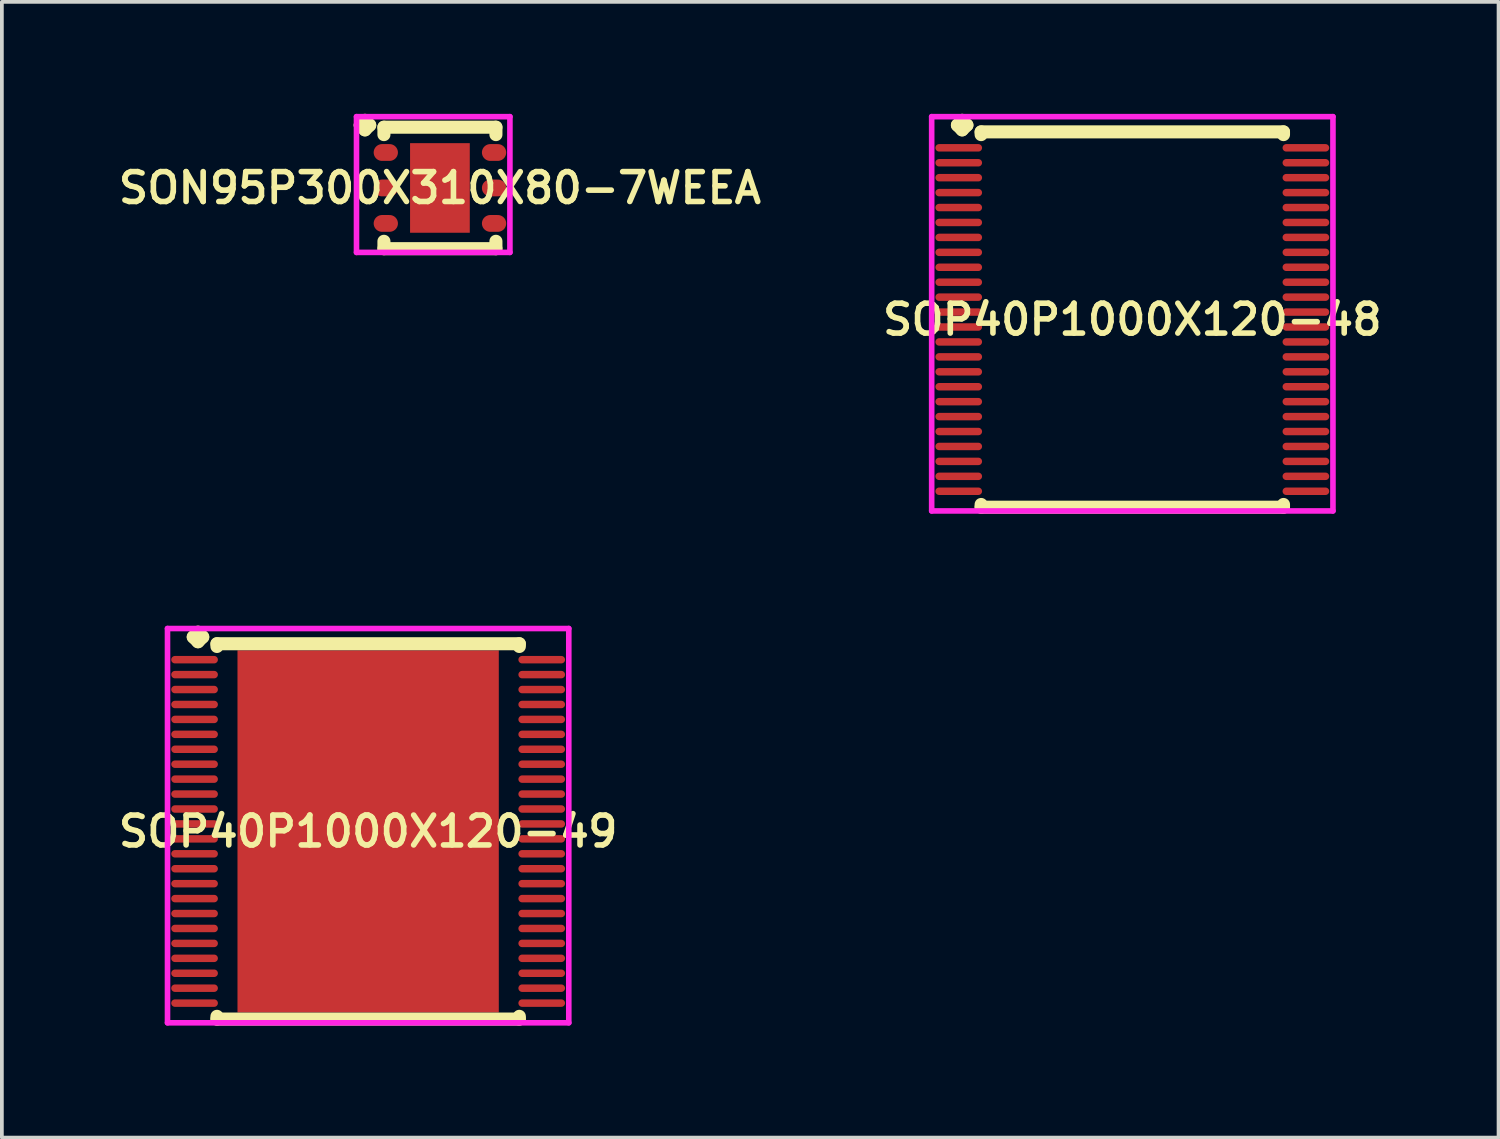
<source format=kicad_pcb>
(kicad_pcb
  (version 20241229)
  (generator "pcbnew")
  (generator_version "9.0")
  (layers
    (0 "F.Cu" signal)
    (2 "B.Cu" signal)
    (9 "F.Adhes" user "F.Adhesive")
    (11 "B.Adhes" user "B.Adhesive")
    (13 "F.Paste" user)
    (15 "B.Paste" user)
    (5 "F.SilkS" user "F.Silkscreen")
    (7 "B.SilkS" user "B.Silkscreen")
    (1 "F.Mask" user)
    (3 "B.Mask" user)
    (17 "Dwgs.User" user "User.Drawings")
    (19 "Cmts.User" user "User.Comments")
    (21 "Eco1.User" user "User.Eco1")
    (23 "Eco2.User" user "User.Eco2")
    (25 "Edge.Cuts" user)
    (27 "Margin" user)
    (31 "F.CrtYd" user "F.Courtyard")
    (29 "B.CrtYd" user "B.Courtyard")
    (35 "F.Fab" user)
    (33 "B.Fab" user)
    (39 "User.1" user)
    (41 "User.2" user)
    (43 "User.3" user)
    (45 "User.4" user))
  (footprint "SOP40P1000X120-49"
    (layer "F.Cu")
    (at 6.812 19.222)
    (property "Reference" "SOP40P1000X120-49" (at 0 0 0) (layer "F.SilkS") (effects (font (size 0.8 0.8) (thickness 0.15))))
    (attr smd)
    (fp_line (start -4.685 -5.208) (end -4.558 -5.335) (stroke (width 0.35) (type solid)) (layer "F.SilkS"))
    (fp_line (start -4.558 -5.335) (end -4.431 -5.208) (stroke (width 0.35) (type solid)) (layer "F.SilkS"))
    (fp_line (start -4.558 -5.081) (end -4.685 -5.208) (stroke (width 0.35) (type solid)) (layer "F.SilkS"))
    (fp_line (start -4.431 -5.208) (end -4.558 -5.081) (stroke (width 0.35) (type solid)) (layer "F.SilkS"))
    (fp_line (start -4.05 -5.027) (end 4.05 -5.027) (stroke (width 0.35) (type solid)) (layer "F.SilkS"))
    (fp_line (start -4.05 -4.954) (end -4.05 -5.027) (stroke (width 0.35) (type solid)) (layer "F.SilkS"))
    (fp_line (start -4.05 4.954) (end -4.05 5.027) (stroke (width 0.35) (type solid)) (layer "F.SilkS"))
    (fp_line (start -4.05 5.027) (end 4.05 5.027) (stroke (width 0.35) (type solid)) (layer "F.SilkS"))
    (fp_line (start 4.05 -5.027) (end 4.05 -4.954) (stroke (width 0.35) (type solid)) (layer "F.SilkS"))
    (fp_line (start 4.05 5.027) (end 4.05 4.954) (stroke (width 0.35) (type solid)) (layer "F.SilkS"))
    (fp_line (start -5.375 -5.435) (end 5.375 -5.435) (stroke (width 0.15) (type solid)) (layer "F.CrtYd"))
    (fp_line (start -5.375 5.127) (end -5.375 -5.435) (stroke (width 0.15) (type solid)) (layer "F.CrtYd"))
    (fp_line (start 5.375 -5.435) (end 5.375 5.127) (stroke (width 0.15) (type solid)) (layer "F.CrtYd"))
    (fp_line (start 5.375 5.127) (end -5.375 5.127) (stroke (width 0.15) (type solid)) (layer "F.CrtYd"))
    (pad "1" smd oval (at -4.65 -4.6) (size 1.25 0.2) (layers "F.Cu" "F.Mask" "F.Paste"))
    (pad "2" smd oval (at -4.65 -4.2) (size 1.25 0.2) (layers "F.Cu" "F.Mask" "F.Paste"))
    (pad "3" smd oval (at -4.65 -3.8) (size 1.25 0.2) (layers "F.Cu" "F.Mask" "F.Paste"))
    (pad "4" smd oval (at -4.65 -3.4) (size 1.25 0.2) (layers "F.Cu" "F.Mask" "F.Paste"))
    (pad "5" smd oval (at -4.65 -3) (size 1.25 0.2) (layers "F.Cu" "F.Mask" "F.Paste"))
    (pad "6" smd oval (at -4.65 -2.6) (size 1.25 0.2) (layers "F.Cu" "F.Mask" "F.Paste"))
    (pad "7" smd oval (at -4.65 -2.2) (size 1.25 0.2) (layers "F.Cu" "F.Mask" "F.Paste"))
    (pad "8" smd oval (at -4.65 -1.8) (size 1.25 0.2) (layers "F.Cu" "F.Mask" "F.Paste"))
    (pad "9" smd oval (at -4.65 -1.4) (size 1.25 0.2) (layers "F.Cu" "F.Mask" "F.Paste"))
    (pad "10" smd oval (at -4.65 -1) (size 1.25 0.2) (layers "F.Cu" "F.Mask" "F.Paste"))
    (pad "11" smd oval (at -4.65 -0.6) (size 1.25 0.2) (layers "F.Cu" "F.Mask" "F.Paste"))
    (pad "12" smd oval (at -4.65 -0.2) (size 1.25 0.2) (layers "F.Cu" "F.Mask" "F.Paste"))
    (pad "13" smd oval (at -4.65 0.2) (size 1.25 0.2) (layers "F.Cu" "F.Mask" "F.Paste"))
    (pad "14" smd oval (at -4.65 0.6) (size 1.25 0.2) (layers "F.Cu" "F.Mask" "F.Paste"))
    (pad "15" smd oval (at -4.65 1) (size 1.25 0.2) (layers "F.Cu" "F.Mask" "F.Paste"))
    (pad "16" smd oval (at -4.65 1.4) (size 1.25 0.2) (layers "F.Cu" "F.Mask" "F.Paste"))
    (pad "17" smd oval (at -4.65 1.8) (size 1.25 0.2) (layers "F.Cu" "F.Mask" "F.Paste"))
    (pad "18" smd oval (at -4.65 2.2) (size 1.25 0.2) (layers "F.Cu" "F.Mask" "F.Paste"))
    (pad "19" smd oval (at -4.65 2.6) (size 1.25 0.2) (layers "F.Cu" "F.Mask" "F.Paste"))
    (pad "20" smd oval (at -4.65 3) (size 1.25 0.2) (layers "F.Cu" "F.Mask" "F.Paste"))
    (pad "21" smd oval (at -4.65 3.4) (size 1.25 0.2) (layers "F.Cu" "F.Mask" "F.Paste"))
    (pad "22" smd oval (at -4.65 3.8) (size 1.25 0.2) (layers "F.Cu" "F.Mask" "F.Paste"))
    (pad "23" smd oval (at -4.65 4.2) (size 1.25 0.2) (layers "F.Cu" "F.Mask" "F.Paste"))
    (pad "24" smd oval (at -4.65 4.6) (size 1.25 0.2) (layers "F.Cu" "F.Mask" "F.Paste"))
    (pad "25" smd oval (at 4.65 4.6) (size 1.25 0.2) (layers "F.Cu" "F.Mask" "F.Paste"))
    (pad "26" smd oval (at 4.65 4.2) (size 1.25 0.2) (layers "F.Cu" "F.Mask" "F.Paste"))
    (pad "27" smd oval (at 4.65 3.8) (size 1.25 0.2) (layers "F.Cu" "F.Mask" "F.Paste"))
    (pad "28" smd oval (at 4.65 3.4) (size 1.25 0.2) (layers "F.Cu" "F.Mask" "F.Paste"))
    (pad "29" smd oval (at 4.65 3) (size 1.25 0.2) (layers "F.Cu" "F.Mask" "F.Paste"))
    (pad "30" smd oval (at 4.65 2.6) (size 1.25 0.2) (layers "F.Cu" "F.Mask" "F.Paste"))
    (pad "31" smd oval (at 4.65 2.2) (size 1.25 0.2) (layers "F.Cu" "F.Mask" "F.Paste"))
    (pad "32" smd oval (at 4.65 1.8) (size 1.25 0.2) (layers "F.Cu" "F.Mask" "F.Paste"))
    (pad "33" smd oval (at 4.65 1.4) (size 1.25 0.2) (layers "F.Cu" "F.Mask" "F.Paste"))
    (pad "34" smd oval (at 4.65 1) (size 1.25 0.2) (layers "F.Cu" "F.Mask" "F.Paste"))
    (pad "35" smd oval (at 4.65 0.6) (size 1.25 0.2) (layers "F.Cu" "F.Mask" "F.Paste"))
    (pad "36" smd oval (at 4.65 0.2) (size 1.25 0.2) (layers "F.Cu" "F.Mask" "F.Paste"))
    (pad "37" smd oval (at 4.65 -0.2) (size 1.25 0.2) (layers "F.Cu" "F.Mask" "F.Paste"))
    (pad "38" smd oval (at 4.65 -0.6) (size 1.25 0.2) (layers "F.Cu" "F.Mask" "F.Paste"))
    (pad "39" smd oval (at 4.65 -1) (size 1.25 0.2) (layers "F.Cu" "F.Mask" "F.Paste"))
    (pad "40" smd oval (at 4.65 -1.4) (size 1.25 0.2) (layers "F.Cu" "F.Mask" "F.Paste"))
    (pad "41" smd oval (at 4.65 -1.8) (size 1.25 0.2) (layers "F.Cu" "F.Mask" "F.Paste"))
    (pad "42" smd oval (at 4.65 -2.2) (size 1.25 0.2) (layers "F.Cu" "F.Mask" "F.Paste"))
    (pad "43" smd oval (at 4.65 -2.6) (size 1.25 0.2) (layers "F.Cu" "F.Mask" "F.Paste"))
    (pad "44" smd oval (at 4.65 -3) (size 1.25 0.2) (layers "F.Cu" "F.Mask" "F.Paste"))
    (pad "45" smd oval (at 4.65 -3.4) (size 1.25 0.2) (layers "F.Cu" "F.Mask" "F.Paste"))
    (pad "46" smd oval (at 4.65 -3.8) (size 1.25 0.2) (layers "F.Cu" "F.Mask" "F.Paste"))
    (pad "47" smd oval (at 4.65 -4.2) (size 1.25 0.2) (layers "F.Cu" "F.Mask" "F.Paste"))
    (pad "48" smd oval (at 4.65 -4.6) (size 1.25 0.2) (layers "F.Cu" "F.Mask" "F.Paste"))
    (pad "49" smd rect (at 0 0) (size 7 9.7) (layers "F.Cu" "F.Mask" "F.Paste")))
  (footprint "SON95P300X310X80-7WEEA"
    (layer "F.Cu")
    (at 8.735 1.985)
    (property "Reference" "SON95P300X310X80-7WEEA" (at 0 0 0) (layer "F.SilkS") (effects (font (size 0.8 0.8) (thickness 0.15))))
    (attr smd)
    (fp_line (start -2.135 -1.683) (end -2.008 -1.81) (stroke (width 0.35) (type solid)) (layer "F.SilkS"))
    (fp_line (start -2.008 -1.81) (end -1.881 -1.683) (stroke (width 0.35) (type solid)) (layer "F.SilkS"))
    (fp_line (start -2.008 -1.556) (end -2.135 -1.683) (stroke (width 0.35) (type solid)) (layer "F.SilkS"))
    (fp_line (start -1.881 -1.683) (end -2.008 -1.556) (stroke (width 0.35) (type solid)) (layer "F.SilkS"))
    (fp_line (start -1.5 -1.627) (end 1.5 -1.627) (stroke (width 0.35) (type solid)) (layer "F.SilkS"))
    (fp_line (start -1.5 -1.429) (end -1.5 -1.627) (stroke (width 0.35) (type solid)) (layer "F.SilkS"))
    (fp_line (start -1.5 1.429) (end -1.5 1.627) (stroke (width 0.35) (type solid)) (layer "F.SilkS"))
    (fp_line (start -1.5 1.627) (end 1.5 1.627) (stroke (width 0.35) (type solid)) (layer "F.SilkS"))
    (fp_line (start 1.5 -1.627) (end 1.5 -1.429) (stroke (width 0.35) (type solid)) (layer "F.SilkS"))
    (fp_line (start 1.5 1.627) (end 1.5 1.429) (stroke (width 0.35) (type solid)) (layer "F.SilkS"))
    (fp_line (start -2.235 -1.91) (end 1.875 -1.91) (stroke (width 0.15) (type solid)) (layer "F.CrtYd"))
    (fp_line (start -2.235 1.727) (end -2.235 -1.91) (stroke (width 0.15) (type solid)) (layer "F.CrtYd"))
    (fp_line (start 1.875 -1.91) (end 1.875 1.727) (stroke (width 0.15) (type solid)) (layer "F.CrtYd"))
    (fp_line (start 1.875 1.727) (end -2.235 1.727) (stroke (width 0.15) (type solid)) (layer "F.CrtYd"))
    (pad "1" smd oval (at -1.45 -0.95) (size 0.65 0.45) (layers "F.Cu" "F.Mask" "F.Paste"))
    (pad "2" smd oval (at -1.45 0) (size 0.65 0.45) (layers "F.Cu" "F.Mask" "F.Paste"))
    (pad "3" smd oval (at -1.45 0.95) (size 0.65 0.45) (layers "F.Cu" "F.Mask" "F.Paste"))
    (pad "4" smd oval (at 1.45 0.95) (size 0.65 0.45) (layers "F.Cu" "F.Mask" "F.Paste"))
    (pad "5" smd oval (at 1.45 0) (size 0.65 0.45) (layers "F.Cu" "F.Mask" "F.Paste"))
    (pad "6" smd oval (at 1.45 -0.95) (size 0.65 0.45) (layers "F.Cu" "F.Mask" "F.Paste"))
    (pad "7" smd rect (at 0 0) (size 1.6 2.4) (layers "F.Cu" "F.Mask" "F.Paste")))
  (footprint "SOP40P1000X120-48"
    (layer "F.Cu")
    (at 27.283 5.51)
    (property "Reference" "SOP40P1000X120-48" (at 0 0 0) (layer "F.SilkS") (effects (font (size 0.8 0.8) (thickness 0.15))))
    (attr smd)
    (fp_line (start -4.685 -5.208) (end -4.558 -5.335) (stroke (width 0.35) (type solid)) (layer "F.SilkS"))
    (fp_line (start -4.558 -5.335) (end -4.431 -5.208) (stroke (width 0.35) (type solid)) (layer "F.SilkS"))
    (fp_line (start -4.558 -5.081) (end -4.685 -5.208) (stroke (width 0.35) (type solid)) (layer "F.SilkS"))
    (fp_line (start -4.431 -5.208) (end -4.558 -5.081) (stroke (width 0.35) (type solid)) (layer "F.SilkS"))
    (fp_line (start -4.05 -5.027) (end 4.05 -5.027) (stroke (width 0.35) (type solid)) (layer "F.SilkS"))
    (fp_line (start -4.05 -4.954) (end -4.05 -5.027) (stroke (width 0.35) (type solid)) (layer "F.SilkS"))
    (fp_line (start -4.05 4.954) (end -4.05 5.027) (stroke (width 0.35) (type solid)) (layer "F.SilkS"))
    (fp_line (start -4.05 5.027) (end 4.05 5.027) (stroke (width 0.35) (type solid)) (layer "F.SilkS"))
    (fp_line (start 4.05 -5.027) (end 4.05 -4.954) (stroke (width 0.35) (type solid)) (layer "F.SilkS"))
    (fp_line (start 4.05 5.027) (end 4.05 4.954) (stroke (width 0.35) (type solid)) (layer "F.SilkS"))
    (fp_line (start -5.375 -5.435) (end 5.375 -5.435) (stroke (width 0.15) (type solid)) (layer "F.CrtYd"))
    (fp_line (start -5.375 5.127) (end -5.375 -5.435) (stroke (width 0.15) (type solid)) (layer "F.CrtYd"))
    (fp_line (start 5.375 -5.435) (end 5.375 5.127) (stroke (width 0.15) (type solid)) (layer "F.CrtYd"))
    (fp_line (start 5.375 5.127) (end -5.375 5.127) (stroke (width 0.15) (type solid)) (layer "F.CrtYd"))
    (pad "1" smd oval (at -4.65 -4.6) (size 1.25 0.2) (layers "F.Cu" "F.Mask" "F.Paste"))
    (pad "2" smd oval (at -4.65 -4.2) (size 1.25 0.2) (layers "F.Cu" "F.Mask" "F.Paste"))
    (pad "3" smd oval (at -4.65 -3.8) (size 1.25 0.2) (layers "F.Cu" "F.Mask" "F.Paste"))
    (pad "4" smd oval (at -4.65 -3.4) (size 1.25 0.2) (layers "F.Cu" "F.Mask" "F.Paste"))
    (pad "5" smd oval (at -4.65 -3) (size 1.25 0.2) (layers "F.Cu" "F.Mask" "F.Paste"))
    (pad "6" smd oval (at -4.65 -2.6) (size 1.25 0.2) (layers "F.Cu" "F.Mask" "F.Paste"))
    (pad "7" smd oval (at -4.65 -2.2) (size 1.25 0.2) (layers "F.Cu" "F.Mask" "F.Paste"))
    (pad "8" smd oval (at -4.65 -1.8) (size 1.25 0.2) (layers "F.Cu" "F.Mask" "F.Paste"))
    (pad "9" smd oval (at -4.65 -1.4) (size 1.25 0.2) (layers "F.Cu" "F.Mask" "F.Paste"))
    (pad "10" smd oval (at -4.65 -1) (size 1.25 0.2) (layers "F.Cu" "F.Mask" "F.Paste"))
    (pad "11" smd oval (at -4.65 -0.6) (size 1.25 0.2) (layers "F.Cu" "F.Mask" "F.Paste"))
    (pad "12" smd oval (at -4.65 -0.2) (size 1.25 0.2) (layers "F.Cu" "F.Mask" "F.Paste"))
    (pad "13" smd oval (at -4.65 0.2) (size 1.25 0.2) (layers "F.Cu" "F.Mask" "F.Paste"))
    (pad "14" smd oval (at -4.65 0.6) (size 1.25 0.2) (layers "F.Cu" "F.Mask" "F.Paste"))
    (pad "15" smd oval (at -4.65 1) (size 1.25 0.2) (layers "F.Cu" "F.Mask" "F.Paste"))
    (pad "16" smd oval (at -4.65 1.4) (size 1.25 0.2) (layers "F.Cu" "F.Mask" "F.Paste"))
    (pad "17" smd oval (at -4.65 1.8) (size 1.25 0.2) (layers "F.Cu" "F.Mask" "F.Paste"))
    (pad "18" smd oval (at -4.65 2.2) (size 1.25 0.2) (layers "F.Cu" "F.Mask" "F.Paste"))
    (pad "19" smd oval (at -4.65 2.6) (size 1.25 0.2) (layers "F.Cu" "F.Mask" "F.Paste"))
    (pad "20" smd oval (at -4.65 3) (size 1.25 0.2) (layers "F.Cu" "F.Mask" "F.Paste"))
    (pad "21" smd oval (at -4.65 3.4) (size 1.25 0.2) (layers "F.Cu" "F.Mask" "F.Paste"))
    (pad "22" smd oval (at -4.65 3.8) (size 1.25 0.2) (layers "F.Cu" "F.Mask" "F.Paste"))
    (pad "23" smd oval (at -4.65 4.2) (size 1.25 0.2) (layers "F.Cu" "F.Mask" "F.Paste"))
    (pad "24" smd oval (at -4.65 4.6) (size 1.25 0.2) (layers "F.Cu" "F.Mask" "F.Paste"))
    (pad "25" smd oval (at 4.65 4.6) (size 1.25 0.2) (layers "F.Cu" "F.Mask" "F.Paste"))
    (pad "26" smd oval (at 4.65 4.2) (size 1.25 0.2) (layers "F.Cu" "F.Mask" "F.Paste"))
    (pad "27" smd oval (at 4.65 3.8) (size 1.25 0.2) (layers "F.Cu" "F.Mask" "F.Paste"))
    (pad "28" smd oval (at 4.65 3.4) (size 1.25 0.2) (layers "F.Cu" "F.Mask" "F.Paste"))
    (pad "29" smd oval (at 4.65 3) (size 1.25 0.2) (layers "F.Cu" "F.Mask" "F.Paste"))
    (pad "30" smd oval (at 4.65 2.6) (size 1.25 0.2) (layers "F.Cu" "F.Mask" "F.Paste"))
    (pad "31" smd oval (at 4.65 2.2) (size 1.25 0.2) (layers "F.Cu" "F.Mask" "F.Paste"))
    (pad "32" smd oval (at 4.65 1.8) (size 1.25 0.2) (layers "F.Cu" "F.Mask" "F.Paste"))
    (pad "33" smd oval (at 4.65 1.4) (size 1.25 0.2) (layers "F.Cu" "F.Mask" "F.Paste"))
    (pad "34" smd oval (at 4.65 1) (size 1.25 0.2) (layers "F.Cu" "F.Mask" "F.Paste"))
    (pad "35" smd oval (at 4.65 0.6) (size 1.25 0.2) (layers "F.Cu" "F.Mask" "F.Paste"))
    (pad "36" smd oval (at 4.65 0.2) (size 1.25 0.2) (layers "F.Cu" "F.Mask" "F.Paste"))
    (pad "37" smd oval (at 4.65 -0.2) (size 1.25 0.2) (layers "F.Cu" "F.Mask" "F.Paste"))
    (pad "38" smd oval (at 4.65 -0.6) (size 1.25 0.2) (layers "F.Cu" "F.Mask" "F.Paste"))
    (pad "39" smd oval (at 4.65 -1) (size 1.25 0.2) (layers "F.Cu" "F.Mask" "F.Paste"))
    (pad "40" smd oval (at 4.65 -1.4) (size 1.25 0.2) (layers "F.Cu" "F.Mask" "F.Paste"))
    (pad "41" smd oval (at 4.65 -1.8) (size 1.25 0.2) (layers "F.Cu" "F.Mask" "F.Paste"))
    (pad "42" smd oval (at 4.65 -2.2) (size 1.25 0.2) (layers "F.Cu" "F.Mask" "F.Paste"))
    (pad "43" smd oval (at 4.65 -2.6) (size 1.25 0.2) (layers "F.Cu" "F.Mask" "F.Paste"))
    (pad "44" smd oval (at 4.65 -3) (size 1.25 0.2) (layers "F.Cu" "F.Mask" "F.Paste"))
    (pad "45" smd oval (at 4.65 -3.4) (size 1.25 0.2) (layers "F.Cu" "F.Mask" "F.Paste"))
    (pad "46" smd oval (at 4.65 -3.8) (size 1.25 0.2) (layers "F.Cu" "F.Mask" "F.Paste"))
    (pad "47" smd oval (at 4.65 -4.2) (size 1.25 0.2) (layers "F.Cu" "F.Mask" "F.Paste"))
    (pad "48" smd oval (at 4.65 -4.6) (size 1.25 0.2) (layers "F.Cu" "F.Mask" "F.Paste")))
  (gr_rect
    (start -3 -3)
    (end 37.094 27.424)
    (stroke (width 0.1) (type default))
    (fill no)
    (layer "Edge.Cuts")))
</source>
